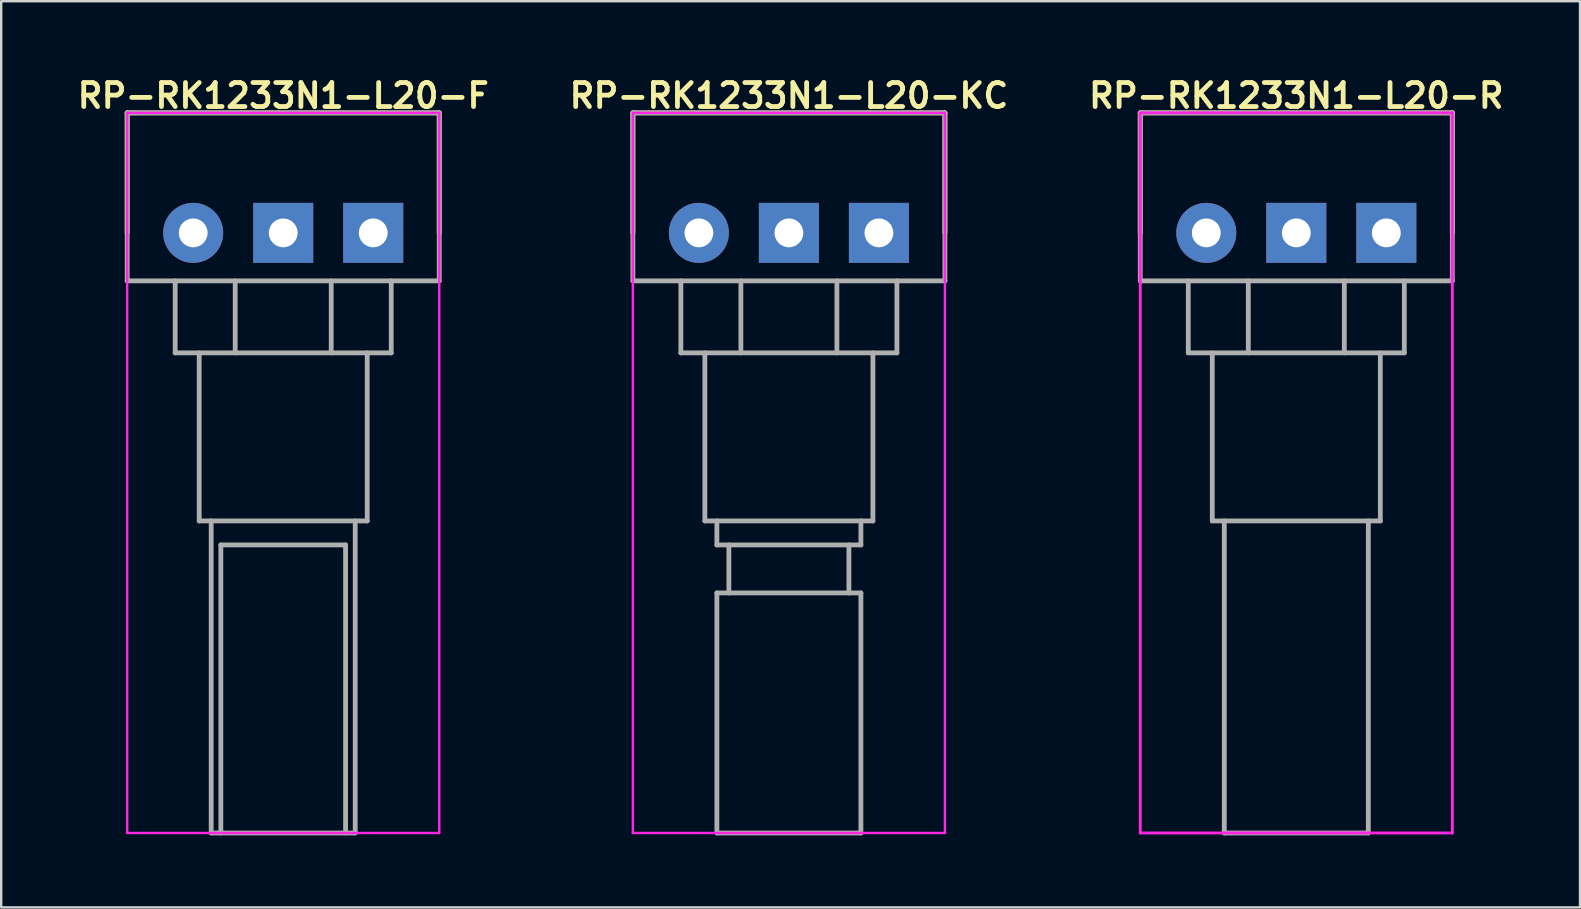
<source format=kicad_pcb>
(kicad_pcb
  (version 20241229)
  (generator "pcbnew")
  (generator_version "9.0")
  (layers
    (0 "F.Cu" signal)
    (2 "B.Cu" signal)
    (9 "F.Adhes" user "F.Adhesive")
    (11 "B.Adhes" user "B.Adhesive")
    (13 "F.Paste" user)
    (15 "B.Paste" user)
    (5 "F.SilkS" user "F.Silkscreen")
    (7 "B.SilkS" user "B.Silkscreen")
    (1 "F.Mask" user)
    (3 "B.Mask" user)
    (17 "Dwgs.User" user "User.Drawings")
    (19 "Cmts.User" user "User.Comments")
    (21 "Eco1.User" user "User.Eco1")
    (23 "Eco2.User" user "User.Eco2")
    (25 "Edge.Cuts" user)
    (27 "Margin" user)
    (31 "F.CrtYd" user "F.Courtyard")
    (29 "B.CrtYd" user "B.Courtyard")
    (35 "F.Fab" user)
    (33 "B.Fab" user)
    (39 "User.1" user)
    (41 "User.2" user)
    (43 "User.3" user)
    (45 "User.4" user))
  (footprint "RP-RK1233N1-L20-KC"
    (layer "F.Cu")
    (at 29.814 6.651)
    (property "Reference" "RP-RK1233N1-L20-KC" (at 0 -5.715 0) (layer "F.SilkS") (effects (font (size 1 1) (thickness 0.2))))
    (attr through_hole)
    (fp_line (start -6.5 -5) (end -6.5 0) (stroke (width 0.2) (type solid)) (layer "F.SilkS"))
    (fp_line (start -6.5 -5) (end 6.5 -5) (stroke (width 0.2) (type solid)) (layer "F.SilkS"))
    (fp_line (start 6.5 -5) (end 6.5 0) (stroke (width 0.2) (type solid)) (layer "F.SilkS"))
    (fp_line (start -6.5 -5) (end -6.5 25) (stroke (width 0.1) (type solid)) (layer "F.CrtYd"))
    (fp_line (start -6.5 -5) (end 6.5 -5) (stroke (width 0.1) (type solid)) (layer "F.CrtYd"))
    (fp_line (start -6.5 25) (end 6.5 25) (stroke (width 0.1) (type solid)) (layer "F.CrtYd"))
    (fp_line (start 6.5 -5) (end 6.5 25) (stroke (width 0.1) (type solid)) (layer "F.CrtYd"))
    (fp_line (start -6.5 -5) (end -6.5 2) (stroke (width 0.2) (type solid)) (layer "F.Fab"))
    (fp_line (start -6.5 -5) (end 6.5 -5) (stroke (width 0.2) (type solid)) (layer "F.Fab"))
    (fp_line (start -6.5 2) (end 6.5 2) (stroke (width 0.2) (type solid)) (layer "F.Fab"))
    (fp_line (start -4.5 2) (end -4.5 5) (stroke (width 0.2) (type solid)) (layer "F.Fab"))
    (fp_line (start -4.5 5) (end 4.5 5) (stroke (width 0.2) (type solid)) (layer "F.Fab"))
    (fp_line (start -3.5 5) (end -3.5 12) (stroke (width 0.2) (type solid)) (layer "F.Fab"))
    (fp_line (start -3.5 12) (end 3.5 12) (stroke (width 0.2) (type solid)) (layer "F.Fab"))
    (fp_line (start -3 12) (end -3 13) (stroke (width 0.2) (type solid)) (layer "F.Fab"))
    (fp_line (start -3 13) (end 3 13) (stroke (width 0.2) (type solid)) (layer "F.Fab"))
    (fp_line (start -3 15) (end -3 25) (stroke (width 0.2) (type solid)) (layer "F.Fab"))
    (fp_line (start -3 15) (end 3 15) (stroke (width 0.2) (type solid)) (layer "F.Fab"))
    (fp_line (start -3 25) (end 3 25) (stroke (width 0.2) (type solid)) (layer "F.Fab"))
    (fp_line (start -2.5 13) (end -2.5 15) (stroke (width 0.2) (type solid)) (layer "F.Fab"))
    (fp_line (start -2 2) (end -2 5) (stroke (width 0.2) (type solid)) (layer "F.Fab"))
    (fp_line (start 2 2) (end 2 5) (stroke (width 0.2) (type solid)) (layer "F.Fab"))
    (fp_line (start 2.5 13) (end 2.5 15) (stroke (width 0.2) (type solid)) (layer "F.Fab"))
    (fp_line (start 3 12) (end 3 13) (stroke (width 0.2) (type solid)) (layer "F.Fab"))
    (fp_line (start 3 15) (end 3 25) (stroke (width 0.2) (type solid)) (layer "F.Fab"))
    (fp_line (start 3.5 5) (end 3.5 12) (stroke (width 0.2) (type solid)) (layer "F.Fab"))
    (fp_line (start 4.5 2) (end 4.5 5) (stroke (width 0.2) (type solid)) (layer "F.Fab"))
    (fp_line (start 6.5 -5) (end 6.5 2) (stroke (width 0.2) (type solid)) (layer "F.Fab"))
    (pad "1" thru_hole circle (at -3.75 0) (size 2.5 2.5) (drill 1.2) (layers "B.Cu" "B.Mask"))
    (pad "2" thru_hole rect (at 0 0) (size 2.5 2.5) (drill 1.2) (layers "B.Cu" "B.Mask"))
    (pad "3" thru_hole rect (at 3.75 0) (size 2.5 2.5) (drill 1.2) (layers "B.Cu" "B.Mask")))
  (footprint "RP-RK1233N1-L20-F"
    (layer "F.Cu")
    (at 8.748 6.651)
    (property "Reference" "RP-RK1233N1-L20-F" (at 0 -5.715 0) (layer "F.SilkS") (effects (font (size 1 1) (thickness 0.2))))
    (attr through_hole)
    (fp_line (start -6.5 -5) (end -6.5 0) (stroke (width 0.2) (type solid)) (layer "F.SilkS"))
    (fp_line (start -6.5 -5) (end 6.5 -5) (stroke (width 0.2) (type solid)) (layer "F.SilkS"))
    (fp_line (start 6.5 -5) (end 6.5 0) (stroke (width 0.2) (type solid)) (layer "F.SilkS"))
    (fp_line (start -6.5 -5) (end -6.5 25) (stroke (width 0.1) (type solid)) (layer "F.CrtYd"))
    (fp_line (start -6.5 -5) (end 6.5 -5) (stroke (width 0.1) (type solid)) (layer "F.CrtYd"))
    (fp_line (start -6.5 25) (end 6.5 25) (stroke (width 0.1) (type solid)) (layer "F.CrtYd"))
    (fp_line (start 6.5 -5) (end 6.5 25) (stroke (width 0.1) (type solid)) (layer "F.CrtYd"))
    (fp_line (start -6.5 -5) (end -6.5 2) (stroke (width 0.2) (type solid)) (layer "F.Fab"))
    (fp_line (start -6.5 -5) (end 6.5 -5) (stroke (width 0.2) (type solid)) (layer "F.Fab"))
    (fp_line (start -6.5 2) (end 6.5 2) (stroke (width 0.2) (type solid)) (layer "F.Fab"))
    (fp_line (start -4.5 2) (end -4.5 5) (stroke (width 0.2) (type solid)) (layer "F.Fab"))
    (fp_line (start -4.5 5) (end 4.5 5) (stroke (width 0.2) (type solid)) (layer "F.Fab"))
    (fp_line (start -3.5 5) (end -3.5 12) (stroke (width 0.2) (type solid)) (layer "F.Fab"))
    (fp_line (start -3.5 12) (end 3.5 12) (stroke (width 0.2) (type solid)) (layer "F.Fab"))
    (fp_line (start -3 12) (end -3 25) (stroke (width 0.2) (type solid)) (layer "F.Fab"))
    (fp_line (start -3 25) (end 3 25) (stroke (width 0.2) (type solid)) (layer "F.Fab"))
    (fp_line (start -2.598 13) (end -2.598 25) (stroke (width 0.2) (type solid)) (layer "F.Fab"))
    (fp_line (start -2.598 13) (end 2.598 13) (stroke (width 0.2) (type solid)) (layer "F.Fab"))
    (fp_line (start -2 2) (end -2 5) (stroke (width 0.2) (type solid)) (layer "F.Fab"))
    (fp_line (start 2 2) (end 2 5) (stroke (width 0.2) (type solid)) (layer "F.Fab"))
    (fp_line (start 2.598 13) (end 2.598 25) (stroke (width 0.2) (type solid)) (layer "F.Fab"))
    (fp_line (start 3 12) (end 3 25) (stroke (width 0.2) (type solid)) (layer "F.Fab"))
    (fp_line (start 3.5 5) (end 3.5 12) (stroke (width 0.2) (type solid)) (layer "F.Fab"))
    (fp_line (start 4.5 2) (end 4.5 5) (stroke (width 0.2) (type solid)) (layer "F.Fab"))
    (fp_line (start 6.5 -5) (end 6.5 2) (stroke (width 0.2) (type solid)) (layer "F.Fab"))
    (pad "1" thru_hole circle (at -3.75 0) (size 2.5 2.5) (drill 1.2) (layers "B.Cu" "B.Mask"))
    (pad "2" thru_hole rect (at 0 0) (size 2.5 2.5) (drill 1.2) (layers "B.Cu" "B.Mask"))
    (pad "3" thru_hole rect (at 3.75 0) (size 2.5 2.5) (drill 1.2) (layers "B.Cu" "B.Mask")))
  (footprint "RP-RK1233N1-L20-R"
    (layer "F.Cu")
    (at 50.952 6.651)
    (property "Reference" "RP-RK1233N1-L20-R" (at 0 -5.715 0) (layer "F.SilkS") (effects (font (size 1 1) (thickness 0.2))))
    (attr through_hole)
    (fp_line (start -6.5 -5) (end -6.5 0) (stroke (width 0.2) (type solid)) (layer "F.SilkS"))
    (fp_line (start -6.5 -5) (end 6.5 -5) (stroke (width 0.2) (type solid)) (layer "F.SilkS"))
    (fp_line (start 6.5 -5) (end 6.5 0) (stroke (width 0.2) (type solid)) (layer "F.SilkS"))
    (fp_line (start -6.5 -5) (end -6.5 25) (stroke (width 0.12) (type solid)) (layer "F.CrtYd"))
    (fp_line (start -6.5 -5) (end 6.5 -5) (stroke (width 0.12) (type solid)) (layer "F.CrtYd"))
    (fp_line (start -6.5 25) (end 6.5 25) (stroke (width 0.12) (type solid)) (layer "F.CrtYd"))
    (fp_line (start 6.5 -5) (end 6.5 25) (stroke (width 0.12) (type solid)) (layer "F.CrtYd"))
    (fp_line (start -6.5 -5) (end -6.5 2) (stroke (width 0.2) (type solid)) (layer "F.Fab"))
    (fp_line (start -6.5 -5) (end 6.5 -5) (stroke (width 0.2) (type solid)) (layer "F.Fab"))
    (fp_line (start -6.5 2) (end 6.5 2) (stroke (width 0.2) (type solid)) (layer "F.Fab"))
    (fp_line (start -4.5 2) (end -4.5 5) (stroke (width 0.2) (type solid)) (layer "F.Fab"))
    (fp_line (start -4.5 5) (end 4.5 5) (stroke (width 0.2) (type solid)) (layer "F.Fab"))
    (fp_line (start -3.5 5) (end -3.5 12) (stroke (width 0.2) (type solid)) (layer "F.Fab"))
    (fp_line (start -3.5 12) (end 3.5 12) (stroke (width 0.2) (type solid)) (layer "F.Fab"))
    (fp_line (start -3 12) (end -3 25) (stroke (width 0.2) (type solid)) (layer "F.Fab"))
    (fp_line (start -3 25) (end 3 25) (stroke (width 0.2) (type solid)) (layer "F.Fab"))
    (fp_line (start -2 2) (end -2 5) (stroke (width 0.2) (type solid)) (layer "F.Fab"))
    (fp_line (start 2 2) (end 2 5) (stroke (width 0.2) (type solid)) (layer "F.Fab"))
    (fp_line (start 3 12) (end 3 25) (stroke (width 0.2) (type solid)) (layer "F.Fab"))
    (fp_line (start 3.5 5) (end 3.5 12) (stroke (width 0.2) (type solid)) (layer "F.Fab"))
    (fp_line (start 4.5 2) (end 4.5 5) (stroke (width 0.2) (type solid)) (layer "F.Fab"))
    (fp_line (start 6.5 -5) (end 6.5 2) (stroke (width 0.2) (type solid)) (layer "F.Fab"))
    (pad "1" thru_hole circle (at -3.75 0) (size 2.5 2.5) (drill 1.2) (layers "B.Cu" "B.Mask"))
    (pad "2" thru_hole rect (at 0 0) (size 2.5 2.5) (drill 1.2) (layers "B.Cu" "B.Mask"))
    (pad "3" thru_hole rect (at 3.75 0) (size 2.5 2.5) (drill 1.2) (layers "B.Cu" "B.Mask")))
  (gr_rect
    (start -3 -3)
    (end 62.771 34.751)
    (stroke (width 0.1) (type default))
    (fill no)
    (layer "Edge.Cuts")))
</source>
